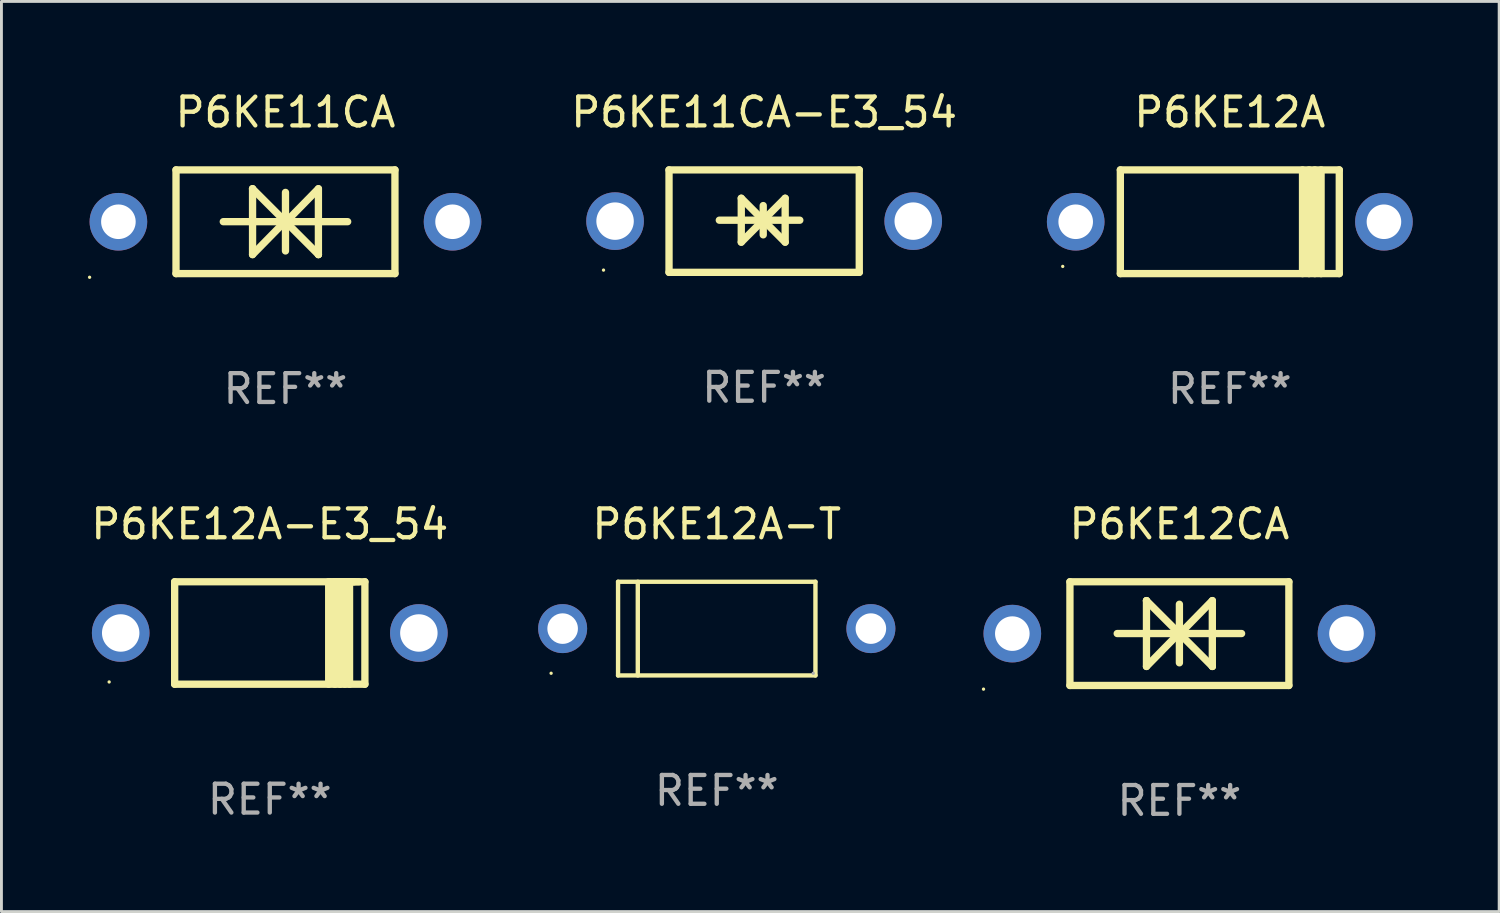
<source format=kicad_pcb>
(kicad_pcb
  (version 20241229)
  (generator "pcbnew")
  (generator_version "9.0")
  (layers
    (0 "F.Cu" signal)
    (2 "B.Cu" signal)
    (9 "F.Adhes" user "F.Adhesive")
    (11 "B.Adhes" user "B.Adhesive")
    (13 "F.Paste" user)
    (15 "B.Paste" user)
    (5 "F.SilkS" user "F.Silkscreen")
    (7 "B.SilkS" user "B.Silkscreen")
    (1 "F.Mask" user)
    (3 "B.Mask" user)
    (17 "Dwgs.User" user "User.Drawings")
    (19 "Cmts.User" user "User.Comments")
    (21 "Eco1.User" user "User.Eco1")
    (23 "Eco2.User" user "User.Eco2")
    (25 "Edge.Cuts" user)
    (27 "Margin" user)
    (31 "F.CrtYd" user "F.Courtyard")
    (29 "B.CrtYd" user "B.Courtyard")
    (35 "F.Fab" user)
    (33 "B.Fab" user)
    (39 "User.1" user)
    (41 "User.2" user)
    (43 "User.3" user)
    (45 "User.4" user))
  (footprint "P6KE12A-E3_54"
    (layer "F.Cu")
    (at 6.315 18.923)
    (property "Reference" "P6KE12A-E3_54" (at 0 -3.778 0) (layer "F.SilkS") (effects (font (size 1 1) (thickness 0.15))))
    (attr through_hole)
    (fp_line (start -3.302 -1.778) (end -3.302 1.778) (stroke (width 0.254) (type solid)) (layer "F.SilkS"))
    (fp_line (start -3.302 1.778) (end 3.302 1.778) (stroke (width 0.254) (type solid)) (layer "F.SilkS"))
    (fp_line (start 2.045 -1.778) (end 2.045 1.778) (stroke (width 0.254) (type solid)) (layer "F.SilkS"))
    (fp_line (start 2.261 -1.778) (end 2.261 1.778) (stroke (width 0.254) (type solid)) (layer "F.SilkS"))
    (fp_line (start 2.421 -1.778) (end 2.045 -1.778) (stroke (width 0.254) (type solid)) (layer "F.SilkS"))
    (fp_line (start 2.439 -1.778) (end 2.439 1.778) (stroke (width 0.254) (type solid)) (layer "F.SilkS"))
    (fp_line (start 2.579 -1.778) (end 2.261 -1.778) (stroke (width 0.254) (type solid)) (layer "F.SilkS"))
    (fp_line (start 2.604 -1.778) (end 2.604 1.778) (stroke (width 0.254) (type solid)) (layer "F.SilkS"))
    (fp_line (start 2.757 -1.778) (end 2.439 -1.778) (stroke (width 0.254) (type solid)) (layer "F.SilkS"))
    (fp_line (start 2.769 -1.778) (end 2.769 1.778) (stroke (width 0.254) (type solid)) (layer "F.SilkS"))
    (fp_line (start 2.922 -1.778) (end 2.604 -1.778) (stroke (width 0.254) (type solid)) (layer "F.SilkS"))
    (fp_line (start 3.087 -1.778) (end 2.769 -1.778) (stroke (width 0.254) (type solid)) (layer "F.SilkS"))
    (fp_line (start 3.302 -1.778) (end -3.302 -1.778) (stroke (width 0.254) (type solid)) (layer "F.SilkS"))
    (fp_line (start 3.302 1.778) (end 3.302 -1.778) (stroke (width 0.254) (type solid)) (layer "F.SilkS"))
    (fp_circle (center -5.576 1.7) (end -5.546 1.7) (stroke (width 0.06) (type solid)) (fill no) (layer "F.SilkS"))
    (fp_text user "REF**" (at 0 5.778 0) (layer "F.Fab") (effects (font (size 1 1) (thickness 0.15))))
    (pad "1" thru_hole circle (at -5.175 0) (size 2 2) (drill 1.3) (layers "*.Cu" "*.Mask"))
    (pad "2" thru_hole circle (at 5.175 0) (size 2 2) (drill 1.3) (layers "*.Cu" "*.Mask")))
  (footprint "P6KE12A"
    (layer "F.Cu")
    (at 39.641 4.648)
    (property "Reference" "P6KE12A" (at 0 -3.8 0) (layer "F.SilkS") (effects (font (size 1 1) (thickness 0.15))))
    (attr through_hole)
    (fp_line (start -3.8 1.8) (end -3.8 -1.8) (stroke (width 0.254) (type solid)) (layer "F.SilkS"))
    (fp_line (start 2.524 1.8) (end 2.524 -1.8) (stroke (width 0.254) (type solid)) (layer "F.SilkS"))
    (fp_line (start 2.75 1.8) (end 2.75 -1.8) (stroke (width 0.254) (type solid)) (layer "F.SilkS"))
    (fp_line (start 2.95 -1.8) (end 2.95 1.8) (stroke (width 0.254) (type solid)) (layer "F.SilkS"))
    (fp_line (start 3.168 -1.8) (end 3.168 1.8) (stroke (width 0.254) (type solid)) (layer "F.SilkS"))
    (fp_line (start 3.8 1.8) (end -3.8 1.8) (stroke (width 0.254) (type solid)) (layer "F.SilkS"))
    (fp_line (start 3.8 1.8) (end 3.8 -1.8) (stroke (width 0.254) (type solid)) (layer "F.SilkS"))
    (fp_line (start 3.8 -1.8) (end -3.8 -1.8) (stroke (width 0.254) (type solid)) (layer "F.SilkS"))
    (fp_circle (center -5.8 1.55) (end -5.77 1.55) (stroke (width 0.06) (type solid)) (fill no) (layer "F.SilkS"))
    (fp_text user "REF**" (at 0 5.8 0) (layer "F.Fab") (effects (font (size 1 1) (thickness 0.15))))
    (pad "1" thru_hole circle (at -5.35 0) (size 2 2) (drill 1.2) (layers "*.Cu" "*.Mask"))
    (pad "2" thru_hole circle (at 5.35 0) (size 2 2) (drill 1.2) (layers "*.Cu" "*.Mask")))
  (footprint "P6KE12CA"
    (layer "F.Cu")
    (at 37.891 18.945)
    (property "Reference" "P6KE12CA" (at 0 -3.8 0) (layer "F.SilkS") (effects (font (size 1 1) (thickness 0.15))))
    (attr through_hole)
    (fp_line (start -3.8 -1.8) (end -3.8 1.8) (stroke (width 0.254) (type solid)) (layer "F.SilkS"))
    (fp_line (start -3.8 -1.8) (end 3.8 -1.8) (stroke (width 0.254) (type solid)) (layer "F.SilkS"))
    (fp_line (start -3.8 1.8) (end 3.8 1.8) (stroke (width 0.254) (type solid)) (layer "F.SilkS"))
    (fp_line (start -2.159 -0.003) (end 2.159 -0.003) (stroke (width 0.254) (type solid)) (layer "F.SilkS"))
    (fp_line (start -1.143 -1.146) (end -1.143 1.14) (stroke (width 0.254) (type solid)) (layer "F.SilkS"))
    (fp_line (start -1.143 -1.143) (end -1.143 -1.146) (stroke (width 0.254) (type solid)) (layer "F.SilkS"))
    (fp_line (start 0 -1.019) (end 0 1.013) (stroke (width 0.254) (type solid)) (layer "F.SilkS"))
    (fp_line (start 0 -0.026) (end -1.143 1.14) (stroke (width 0.254) (type solid)) (layer "F.SilkS"))
    (fp_line (start 0 -0.006) (end 1.143 1.137) (stroke (width 0.254) (type solid)) (layer "F.SilkS"))
    (fp_line (start 0 0) (end -1.143 -1.143) (stroke (width 0.254) (type solid)) (layer "F.SilkS"))
    (fp_line (start 0 0.02) (end 1.143 -1.146) (stroke (width 0.254) (type solid)) (layer "F.SilkS"))
    (fp_line (start 1.143 1.137) (end 1.143 1.14) (stroke (width 0.254) (type solid)) (layer "F.SilkS"))
    (fp_line (start 1.143 1.14) (end 1.143 -1.146) (stroke (width 0.254) (type solid)) (layer "F.SilkS"))
    (fp_line (start 3.8 -1.8) (end 3.8 1.8) (stroke (width 0.254) (type solid)) (layer "F.SilkS"))
    (fp_circle (center -6.8 1.927) (end -6.77 1.927) (stroke (width 0.06) (type solid)) (fill no) (layer "F.SilkS"))
    (fp_text user "REF**" (at 0 5.8 0) (layer "F.Fab") (effects (font (size 1 1) (thickness 0.15))))
    (pad "1" thru_hole circle (at -5.8 0) (size 2 2) (drill 1.2) (layers "*.Cu" "*.Mask"))
    (pad "2" thru_hole circle (at 5.8 0) (size 2 2) (drill 1.2) (layers "*.Cu" "*.Mask")))
  (footprint "P6KE11CA-E3_54"
    (layer "F.Cu")
    (at 23.476 4.626)
    (property "Reference" "P6KE11CA-E3_54" (at 0 -3.778 0) (layer "F.SilkS") (effects (font (size 1 1) (thickness 0.15))))
    (attr through_hole)
    (fp_line (start -3.302 -1.778) (end -3.302 1.778) (stroke (width 0.254) (type solid)) (layer "F.SilkS"))
    (fp_line (start -3.302 1.778) (end 3.302 1.778) (stroke (width 0.254) (type solid)) (layer "F.SilkS"))
    (fp_line (start -1.556 -0.032) (end 1.238 -0.032) (stroke (width 0.254) (type solid)) (layer "F.SilkS"))
    (fp_line (start -0.794 -0.794) (end 0.73 0.73) (stroke (width 0.254) (type solid)) (layer "F.SilkS"))
    (fp_line (start -0.794 0.73) (end -0.794 -0.794) (stroke (width 0.254) (type solid)) (layer "F.SilkS"))
    (fp_line (start -0.032 -0.54) (end -0.032 0.476) (stroke (width 0.254) (type solid)) (layer "F.SilkS"))
    (fp_line (start 0.73 -0.794) (end -0.794 0.73) (stroke (width 0.254) (type solid)) (layer "F.SilkS"))
    (fp_line (start 0.73 0.73) (end 0.73 -0.794) (stroke (width 0.254) (type solid)) (layer "F.SilkS"))
    (fp_line (start 3.302 -1.778) (end -3.302 -1.778) (stroke (width 0.254) (type solid)) (layer "F.SilkS"))
    (fp_line (start 3.302 1.778) (end 3.302 -1.778) (stroke (width 0.254) (type solid)) (layer "F.SilkS"))
    (fp_circle (center -5.576 1.7) (end -5.546 1.7) (stroke (width 0.06) (type solid)) (fill no) (layer "F.SilkS"))
    (fp_text user "REF**" (at 0 5.778 0) (layer "F.Fab") (effects (font (size 1 1) (thickness 0.15))))
    (pad "1" thru_hole circle (at -5.175 0) (size 2 2) (drill 1.3) (layers "*.Cu" "*.Mask"))
    (pad "2" thru_hole circle (at 5.175 0) (size 2 2) (drill 1.3) (layers "*.Cu" "*.Mask")))
  (footprint "P6KE12A-T"
    (layer "F.Cu")
    (at 21.831 18.771)
    (property "Reference" "P6KE12A-T" (at 0 -3.626 0) (layer "F.SilkS") (effects (font (size 1 1) (thickness 0.15))))
    (attr through_hole)
    (fp_line (start -3.426 -1.626) (end 3.426 -1.626) (stroke (width 0.152) (type solid)) (layer "F.SilkS"))
    (fp_line (start -3.426 1.626) (end -3.426 -1.626) (stroke (width 0.152) (type solid)) (layer "F.SilkS"))
    (fp_line (start -2.741 -1.626) (end -2.741 1.626) (stroke (width 0.152) (type solid)) (layer "F.SilkS"))
    (fp_line (start 3.426 -1.626) (end 3.426 1.626) (stroke (width 0.152) (type solid)) (layer "F.SilkS"))
    (fp_line (start 3.426 1.626) (end -3.426 1.626) (stroke (width 0.152) (type solid)) (layer "F.SilkS"))
    (fp_circle (center -5.75 1.55) (end -5.72 1.55) (stroke (width 0.06) (type solid)) (fill no) (layer "F.SilkS"))
    (fp_circle (center 3.35 1.55) (end 3.38 1.55) (stroke (width 0.06) (type solid)) (fill no) (layer "F.Fab"))
    (fp_text user "REF**" (at 0 5.626 0) (layer "F.Fab") (effects (font (size 1 1) (thickness 0.15))))
    (pad "1" thru_hole circle (at -5.35 -0.000013) (size 1.7 1.7) (drill 1.06) (layers "*.Cu" "*.Mask"))
    (pad "2" thru_hole circle (at 5.35 -0.000013) (size 1.7 1.7) (drill 1.06) (layers "*.Cu" "*.Mask")))
  (footprint "P6KE11CA"
    (layer "F.Cu")
    (at 6.86 4.648)
    (property "Reference" "P6KE11CA" (at 0 -3.8 0) (layer "F.SilkS") (effects (font (size 1 1) (thickness 0.15))))
    (attr through_hole)
    (fp_line (start -3.8 -1.8) (end -3.8 1.8) (stroke (width 0.254) (type solid)) (layer "F.SilkS"))
    (fp_line (start -3.8 -1.8) (end 3.8 -1.8) (stroke (width 0.254) (type solid)) (layer "F.SilkS"))
    (fp_line (start -3.8 1.8) (end 3.8 1.8) (stroke (width 0.254) (type solid)) (layer "F.SilkS"))
    (fp_line (start -2.159 -0.003) (end 2.159 -0.003) (stroke (width 0.254) (type solid)) (layer "F.SilkS"))
    (fp_line (start -1.143 -1.146) (end -1.143 1.14) (stroke (width 0.254) (type solid)) (layer "F.SilkS"))
    (fp_line (start -1.143 -1.143) (end -1.143 -1.146) (stroke (width 0.254) (type solid)) (layer "F.SilkS"))
    (fp_line (start 0 -1.019) (end 0 1.013) (stroke (width 0.254) (type solid)) (layer "F.SilkS"))
    (fp_line (start 0 -0.026) (end -1.143 1.14) (stroke (width 0.254) (type solid)) (layer "F.SilkS"))
    (fp_line (start 0 -0.006) (end 1.143 1.137) (stroke (width 0.254) (type solid)) (layer "F.SilkS"))
    (fp_line (start 0 0) (end -1.143 -1.143) (stroke (width 0.254) (type solid)) (layer "F.SilkS"))
    (fp_line (start 0 0.02) (end 1.143 -1.146) (stroke (width 0.254) (type solid)) (layer "F.SilkS"))
    (fp_line (start 1.143 1.137) (end 1.143 1.14) (stroke (width 0.254) (type solid)) (layer "F.SilkS"))
    (fp_line (start 1.143 1.14) (end 1.143 -1.146) (stroke (width 0.254) (type solid)) (layer "F.SilkS"))
    (fp_line (start 3.8 -1.8) (end 3.8 1.8) (stroke (width 0.254) (type solid)) (layer "F.SilkS"))
    (fp_circle (center -6.8 1.927) (end -6.77 1.927) (stroke (width 0.06) (type solid)) (fill no) (layer "F.SilkS"))
    (fp_text user "REF**" (at 0 5.8 0) (layer "F.Fab") (effects (font (size 1 1) (thickness 0.15))))
    (pad "1" thru_hole circle (at -5.8 0) (size 2 2) (drill 1.2) (layers "*.Cu" "*.Mask"))
    (pad "2" thru_hole circle (at 5.8 0) (size 2 2) (drill 1.2) (layers "*.Cu" "*.Mask")))
  (gr_rect
    (start -3 -3)
    (end 48.991 28.593)
    (stroke (width 0.1) (type default))
    (fill no)
    (layer "Edge.Cuts")))
</source>
